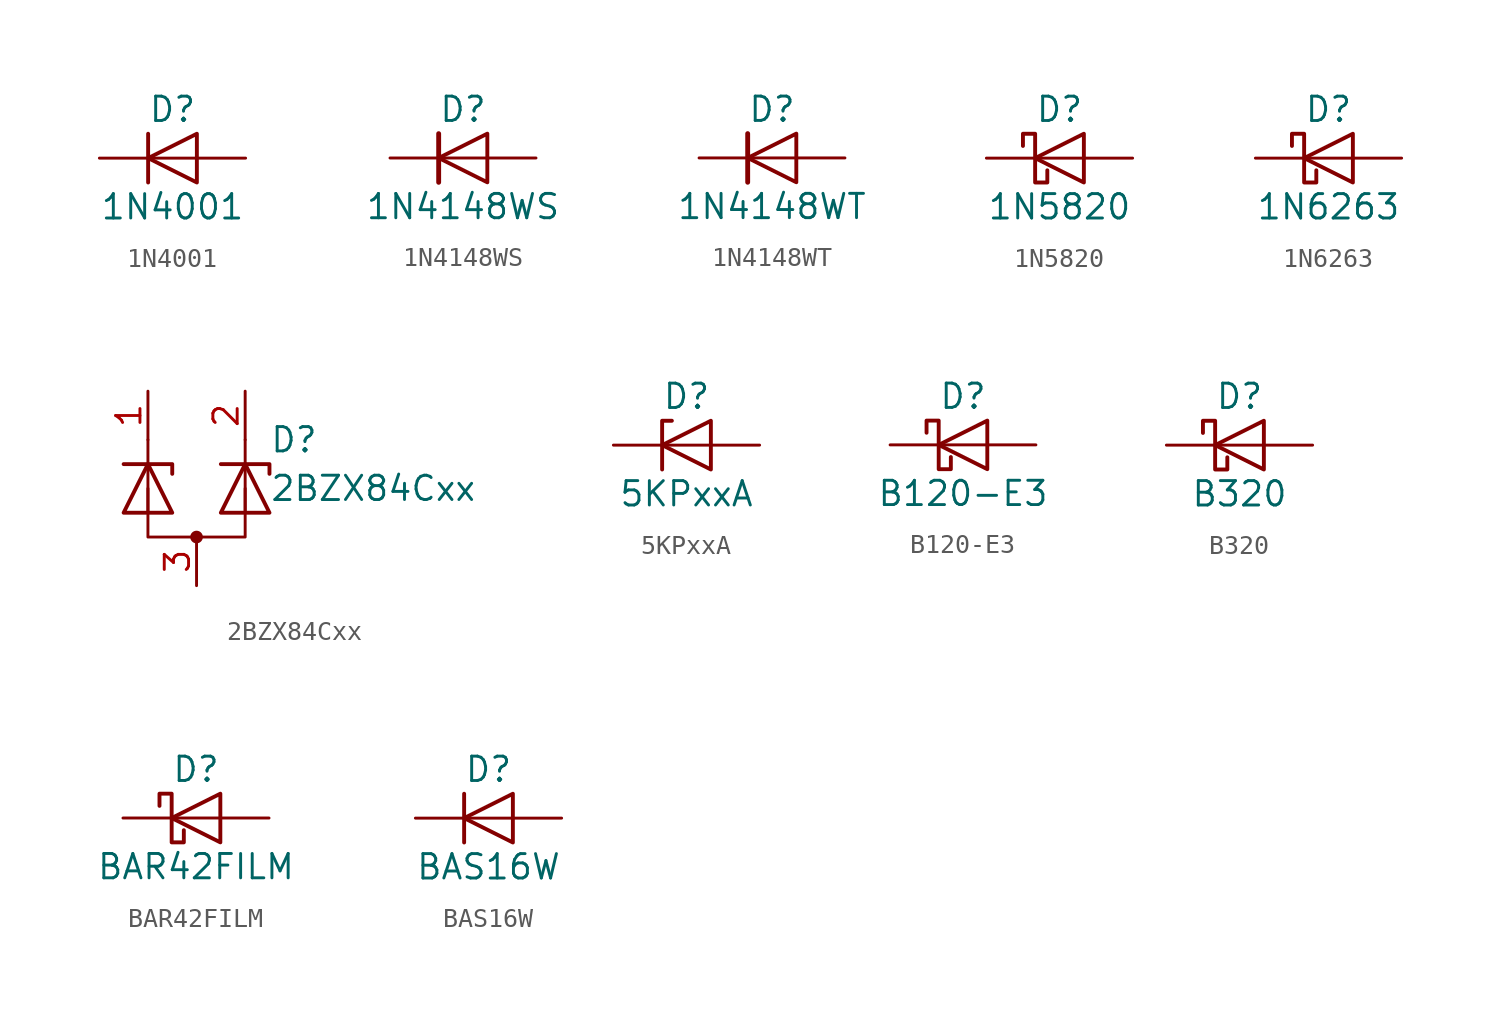
<source format=kicad_sym>
(kicad_symbol_lib
  (version 20211014)
  (generator kicad_symbol_editor)
  (symbol "1N4001"
    (pin_numbers hide)
    (pin_names
      (offset 1.016) hide)
    (property "Reference" "D"
      (at 0 2.54 0)
      (effects (font (size 1.27 1.27))))
    (property "Value" "1N4001"
      (at 0 -2.54 0)
      (effects (font (size 1.27 1.27))))
    (symbol "1N4001_0_1"
      (polyline (pts (xy -1.27 1.27) (xy -1.27 -1.27)) (stroke (width 0.203) (type default) (color 0 0 0 0)) (fill (type none)))
      (polyline (pts (xy 1.27 0) (xy -1.27 0)) (stroke (width 0) (type default) (color 0 0 0 0)) (fill (type none)))
      (polyline (pts (xy 1.27 1.27) (xy 1.27 -1.27) (xy -1.27 0) (xy 1.27 1.27)) (stroke (width 0.203) (type default) (color 0 0 0 0)) (fill (type none))))
    (symbol "1N4001_1_1"
      (pin passive line (at -3.81 0 0) (length 2.54) (name "K" (effects (font (size 1.27 1.27)))) (number "1" (effects (font (size 1.27 1.27)))))
      (pin passive line (at 3.81 0 180) (length 2.54) (name "A" (effects (font (size 1.27 1.27)))) (number "2" (effects (font (size 1.27 1.27)))))))
  (symbol "1N4148WS"
    (pin_numbers hide)
    (pin_names
      (offset 1.016) hide)
    (property "Reference" "D"
      (at 0 2.54 0)
      (effects (font (size 1.27 1.27))))
    (property "Value" "1N4148WS"
      (at 0 -2.54 0)
      (effects (font (size 1.27 1.27))))
    (symbol "1N4148WS_0_1"
      (polyline (pts (xy -1.27 1.27) (xy -1.27 -1.27)) (stroke (width 0.254) (type default) (color 0 0 0 0)) (fill (type none)))
      (polyline (pts (xy 1.27 0) (xy -1.27 0)) (stroke (width 0) (type default) (color 0 0 0 0)) (fill (type none)))
      (polyline (pts (xy 1.27 1.27) (xy 1.27 -1.27) (xy -1.27 0) (xy 1.27 1.27)) (stroke (width 0.203) (type default) (color 0 0 0 0)) (fill (type none))))
    (symbol "1N4148WS_1_1"
      (pin passive line (at -3.81 0 0) (length 2.54) (name "K" (effects (font (size 1.27 1.27)))) (number "1" (effects (font (size 1.27 1.27)))))
      (pin passive line (at 3.81 0 180) (length 2.54) (name "A" (effects (font (size 1.27 1.27)))) (number "2" (effects (font (size 1.27 1.27)))))))
  (symbol "1N4148WT"
    (pin_numbers hide)
    (pin_names
      (offset 1.016) hide)
    (property "Reference" "D"
      (at 0 2.54 0)
      (effects (font (size 1.27 1.27))))
    (property "Value" "1N4148WT"
      (at 0 -2.54 0)
      (effects (font (size 1.27 1.27))))
    (symbol "1N4148WT_0_1"
      (polyline (pts (xy -1.27 1.27) (xy -1.27 -1.27)) (stroke (width 0.254) (type default) (color 0 0 0 0)) (fill (type none)))
      (polyline (pts (xy 1.27 0) (xy -1.27 0)) (stroke (width 0) (type default) (color 0 0 0 0)) (fill (type none)))
      (polyline (pts (xy 1.27 1.27) (xy 1.27 -1.27) (xy -1.27 0) (xy 1.27 1.27)) (stroke (width 0.203) (type default) (color 0 0 0 0)) (fill (type none))))
    (symbol "1N4148WT_1_1"
      (pin passive line (at -3.81 0 0) (length 2.54) (name "K" (effects (font (size 1.27 1.27)))) (number "1" (effects (font (size 1.27 1.27)))))
      (pin passive line (at 3.81 0 180) (length 2.54) (name "A" (effects (font (size 1.27 1.27)))) (number "2" (effects (font (size 1.27 1.27)))))))
  (symbol "1N5820"
    (pin_numbers hide)
    (pin_names
      (offset 1.016) hide)
    (property "Reference" "D"
      (at 0 2.54 0)
      (effects (font (size 1.27 1.27))))
    (property "Value" "1N5820"
      (at 0 -2.54 0)
      (effects (font (size 1.27 1.27))))
    (symbol "1N5820_0_1"
      (polyline (pts (xy 1.27 0) (xy -1.27 0)) (stroke (width 0) (type default) (color 0 0 0 0)) (fill (type none)))
      (polyline (pts (xy 1.27 1.27) (xy 1.27 -1.27) (xy -1.27 0) (xy 1.27 1.27)) (stroke (width 0.203) (type default) (color 0 0 0 0)) (fill (type none)))
      (polyline (pts (xy -1.905 0.635) (xy -1.905 1.27) (xy -1.27 1.27) (xy -1.27 -1.27) (xy -0.635 -1.27) (xy -0.635 -0.635)) (stroke (width 0.203) (type default) (color 0 0 0 0)) (fill (type none))))
    (symbol "1N5820_1_1"
      (pin passive line (at -3.81 0 0) (length 2.54) (name "K" (effects (font (size 1.27 1.27)))) (number "1" (effects (font (size 1.27 1.27)))))
      (pin passive line (at 3.81 0 180) (length 2.54) (name "A" (effects (font (size 1.27 1.27)))) (number "2" (effects (font (size 1.27 1.27)))))))
  (symbol "1N6263"
    (pin_numbers hide)
    (pin_names
      (offset 1.016) hide)
    (property "Reference" "D"
      (at 0 2.54 0)
      (effects (font (size 1.27 1.27))))
    (property "Value" "1N6263"
      (at 0 -2.54 0)
      (effects (font (size 1.27 1.27))))
    (symbol "1N6263_0_1"
      (polyline (pts (xy 1.27 0) (xy -1.27 0)) (stroke (width 0) (type default) (color 0 0 0 0)) (fill (type none)))
      (polyline (pts (xy 1.27 1.27) (xy 1.27 -1.27) (xy -1.27 0) (xy 1.27 1.27)) (stroke (width 0.203) (type default) (color 0 0 0 0)) (fill (type none)))
      (polyline (pts (xy -1.905 0.635) (xy -1.905 1.27) (xy -1.27 1.27) (xy -1.27 -1.27) (xy -0.635 -1.27) (xy -0.635 -0.635)) (stroke (width 0.203) (type default) (color 0 0 0 0)) (fill (type none))))
    (symbol "1N6263_1_1"
      (pin passive line (at -3.81 0 0) (length 2.54) (name "K" (effects (font (size 1.27 1.27)))) (number "1" (effects (font (size 1.27 1.27)))))
      (pin passive line (at 3.81 0 180) (length 2.54) (name "A" (effects (font (size 1.27 1.27)))) (number "2" (effects (font (size 1.27 1.27)))))))
  (symbol "2BZX84Cxx"
    (pin_names
      (offset 1.016) hide)
    (property "Reference" "D"
      (at 3.81 2.54 0)
      (effects (font (size 1.27 1.27)) (justify left)))
    (property "Value" "2BZX84Cxx"
      (at 3.81 0 0)
      (effects (font (size 1.27 1.27)) (justify left)))
    (symbol "2BZX84Cxx_0_1"
      (circle (center 0 -2.54) (radius 0.254) (stroke (width 0) (type default) (color 0 0 0 0)) (fill (type outline)))
      (polyline (pts (xy -2.54 -1.27) (xy -2.54 2.54)) (stroke (width 0) (type default) (color 0 0 0 0)) (fill (type none)))
      (polyline (pts (xy 2.54 -1.27) (xy 2.54 2.54)) (stroke (width 0) (type default) (color 0 0 0 0)) (fill (type none)))
      (polyline (pts (xy -3.81 1.27) (xy -1.27 1.27) (xy -1.27 0.762)) (stroke (width 0.203) (type default) (color 0 0 0 0)) (fill (type none)))
      (polyline (pts (xy 1.27 1.27) (xy 3.81 1.27) (xy 3.81 0.762)) (stroke (width 0.203) (type default) (color 0 0 0 0)) (fill (type none)))
      (polyline (pts (xy -2.54 0) (xy -2.54 -2.54) (xy 2.54 -2.54) (xy 2.54 0)) (stroke (width 0) (type default) (color 0 0 0 0)) (fill (type none))))
    (symbol "2BZX84Cxx_1_1"
      (polyline (pts (xy -3.81 -1.27) (xy -1.27 -1.27) (xy -2.54 1.27) (xy -3.81 -1.27)) (stroke (width 0.203) (type default) (color 0 0 0 0)) (fill (type none)))
      (polyline (pts (xy 1.27 -1.27) (xy 3.81 -1.27) (xy 2.54 1.27) (xy 1.27 -1.27)) (stroke (width 0.203) (type default) (color 0 0 0 0)) (fill (type none)))
      (pin passive line (at -2.54 5.08 270) (length 2.54) (name "K" (effects (font (size 1.27 1.27)))) (number "1" (effects (font (size 1.27 1.27)))))
      (pin passive line (at 2.54 5.08 270) (length 2.54) (name "K" (effects (font (size 1.27 1.27)))) (number "2" (effects (font (size 1.27 1.27)))))
      (pin passive line (at 0 -5.08 90) (length 2.54) (name "A" (effects (font (size 1.27 1.27)))) (number "3" (effects (font (size 1.27 1.27)))))))
  (symbol "5KPxxA"
    (pin_numbers hide)
    (pin_names
      (offset 1.016) hide)
    (property "Reference" "D"
      (at 0 2.54 0)
      (effects (font (size 1.27 1.27))))
    (property "Value" "5KPxxA"
      (at 0 -2.54 0)
      (effects (font (size 1.27 1.27))))
    (symbol "5KPxxA_0_1"
      (polyline (pts (xy 1.27 0) (xy -1.27 0)) (stroke (width 0) (type default) (color 0 0 0 0)) (fill (type none)))
      (polyline (pts (xy -0.762 1.27) (xy -1.27 1.27) (xy -1.27 -1.27)) (stroke (width 0.203) (type default) (color 0 0 0 0)) (fill (type none)))
      (polyline (pts (xy 1.27 1.27) (xy 1.27 -1.27) (xy -1.27 0) (xy 1.27 1.27)) (stroke (width 0.203) (type default) (color 0 0 0 0)) (fill (type none))))
    (symbol "5KPxxA_1_1"
      (pin passive line (at -3.81 0 0) (length 2.54) (name "A1" (effects (font (size 1.27 1.27)))) (number "1" (effects (font (size 1.27 1.27)))))
      (pin passive line (at 3.81 0 180) (length 2.54) (name "A2" (effects (font (size 1.27 1.27)))) (number "2" (effects (font (size 1.27 1.27)))))))
  (symbol "B120-E3"
    (pin_numbers hide)
    (pin_names
      (offset 1.016) hide)
    (property "Reference" "D"
      (at 0 2.54 0)
      (effects (font (size 1.27 1.27))))
    (property "Value" "B120-E3"
      (at 0 -2.54 0)
      (effects (font (size 1.27 1.27))))
    (symbol "B120-E3_0_1"
      (polyline (pts (xy 1.27 0) (xy -1.27 0)) (stroke (width 0) (type default) (color 0 0 0 0)) (fill (type none)))
      (polyline (pts (xy 1.27 1.27) (xy 1.27 -1.27) (xy -1.27 0) (xy 1.27 1.27)) (stroke (width 0.203) (type default) (color 0 0 0 0)) (fill (type none)))
      (polyline (pts (xy -1.905 0.635) (xy -1.905 1.27) (xy -1.27 1.27) (xy -1.27 -1.27) (xy -0.635 -1.27) (xy -0.635 -0.635)) (stroke (width 0.203) (type default) (color 0 0 0 0)) (fill (type none))))
    (symbol "B120-E3_1_1"
      (pin passive line (at -3.81 0 0) (length 2.54) (name "K" (effects (font (size 1.27 1.27)))) (number "1" (effects (font (size 1.27 1.27)))))
      (pin passive line (at 3.81 0 180) (length 2.54) (name "A" (effects (font (size 1.27 1.27)))) (number "2" (effects (font (size 1.27 1.27)))))))
  (symbol "B320"
    (pin_numbers hide)
    (pin_names
      (offset 1.016) hide)
    (property "Reference" "D"
      (at 0 2.54 0)
      (effects (font (size 1.27 1.27))))
    (property "Value" "B320"
      (at 0 -2.54 0)
      (effects (font (size 1.27 1.27))))
    (symbol "B320_0_1"
      (polyline (pts (xy 1.27 0) (xy -1.27 0)) (stroke (width 0) (type default) (color 0 0 0 0)) (fill (type none)))
      (polyline (pts (xy 1.27 1.27) (xy 1.27 -1.27) (xy -1.27 0) (xy 1.27 1.27)) (stroke (width 0.203) (type default) (color 0 0 0 0)) (fill (type none)))
      (polyline (pts (xy -1.905 0.635) (xy -1.905 1.27) (xy -1.27 1.27) (xy -1.27 -1.27) (xy -0.635 -1.27) (xy -0.635 -0.635)) (stroke (width 0.203) (type default) (color 0 0 0 0)) (fill (type none))))
    (symbol "B320_1_1"
      (pin passive line (at -3.81 0 0) (length 2.54) (name "K" (effects (font (size 1.27 1.27)))) (number "1" (effects (font (size 1.27 1.27)))))
      (pin passive line (at 3.81 0 180) (length 2.54) (name "A" (effects (font (size 1.27 1.27)))) (number "2" (effects (font (size 1.27 1.27)))))))
  (symbol "BAR42FILM"
    (pin_numbers hide)
    (pin_names
      (offset 1.016) hide)
    (property "Reference" "D"
      (at 0 2.54 0)
      (effects (font (size 1.27 1.27))))
    (property "Value" "BAR42FILM"
      (at 0 -2.54 0)
      (effects (font (size 1.27 1.27))))
    (symbol "BAR42FILM_0_1"
      (polyline (pts (xy 1.27 0) (xy -1.27 0)) (stroke (width 0) (type default) (color 0 0 0 0)) (fill (type none)))
      (polyline (pts (xy 1.27 1.27) (xy 1.27 -1.27) (xy -1.27 0) (xy 1.27 1.27)) (stroke (width 0.203) (type default) (color 0 0 0 0)) (fill (type none)))
      (polyline (pts (xy -1.905 0.635) (xy -1.905 1.27) (xy -1.27 1.27) (xy -1.27 -1.27) (xy -0.635 -1.27) (xy -0.635 -0.635)) (stroke (width 0.203) (type default) (color 0 0 0 0)) (fill (type none))))
    (symbol "BAR42FILM_1_1"
      (pin passive line (at 3.81 0 180) (length 2.54) (name "A" (effects (font (size 1.27 1.27)))) (number "1" (effects (font (size 1.27 1.27)))))
      (pin no_connect line (at 3.81 2.54 180) (length 2.54) hide (name "NC" (effects (font (size 1.27 1.27)))) (number "2" (effects (font (size 1.27 1.27)))))
      (pin passive line (at -3.81 0 0) (length 2.54) (name "K" (effects (font (size 1.27 1.27)))) (number "3" (effects (font (size 1.27 1.27)))))))
  (symbol "BAS16W"
    (pin_numbers hide)
    (pin_names hide)
    (property "Reference" "D"
      (at 0 2.54 0)
      (effects (font (size 1.27 1.27))))
    (property "Value" "BAS16W"
      (at 0 -2.54 0)
      (effects (font (size 1.27 1.27))))
    (symbol "BAS16W_0_1"
      (polyline (pts (xy -1.27 1.27) (xy -1.27 -1.27)) (stroke (width 0.203) (type default) (color 0 0 0 0)) (fill (type none)))
      (polyline (pts (xy 1.27 0) (xy -1.27 0)) (stroke (width 0) (type default) (color 0 0 0 0)) (fill (type none)))
      (polyline (pts (xy 1.27 1.27) (xy 1.27 -1.27) (xy -1.27 0) (xy 1.27 1.27)) (stroke (width 0.203) (type default) (color 0 0 0 0)) (fill (type none))))
    (symbol "BAS16W_1_1"
      (pin passive line (at 3.81 0 180) (length 2.54) (name "A" (effects (font (size 1.27 1.27)))) (number "1" (effects (font (size 1.27 1.27)))))
      (pin no_connect line (at -1.27 0 0) (length 2.54) hide (name "NC" (effects (font (size 1.27 1.27)))) (number "2" (effects (font (size 1.27 1.27)))))
      (pin passive line (at -3.81 0 0) (length 2.54) (name "K" (effects (font (size 1.27 1.27)))) (number "3" (effects (font (size 1.27 1.27))))))))
</source>
